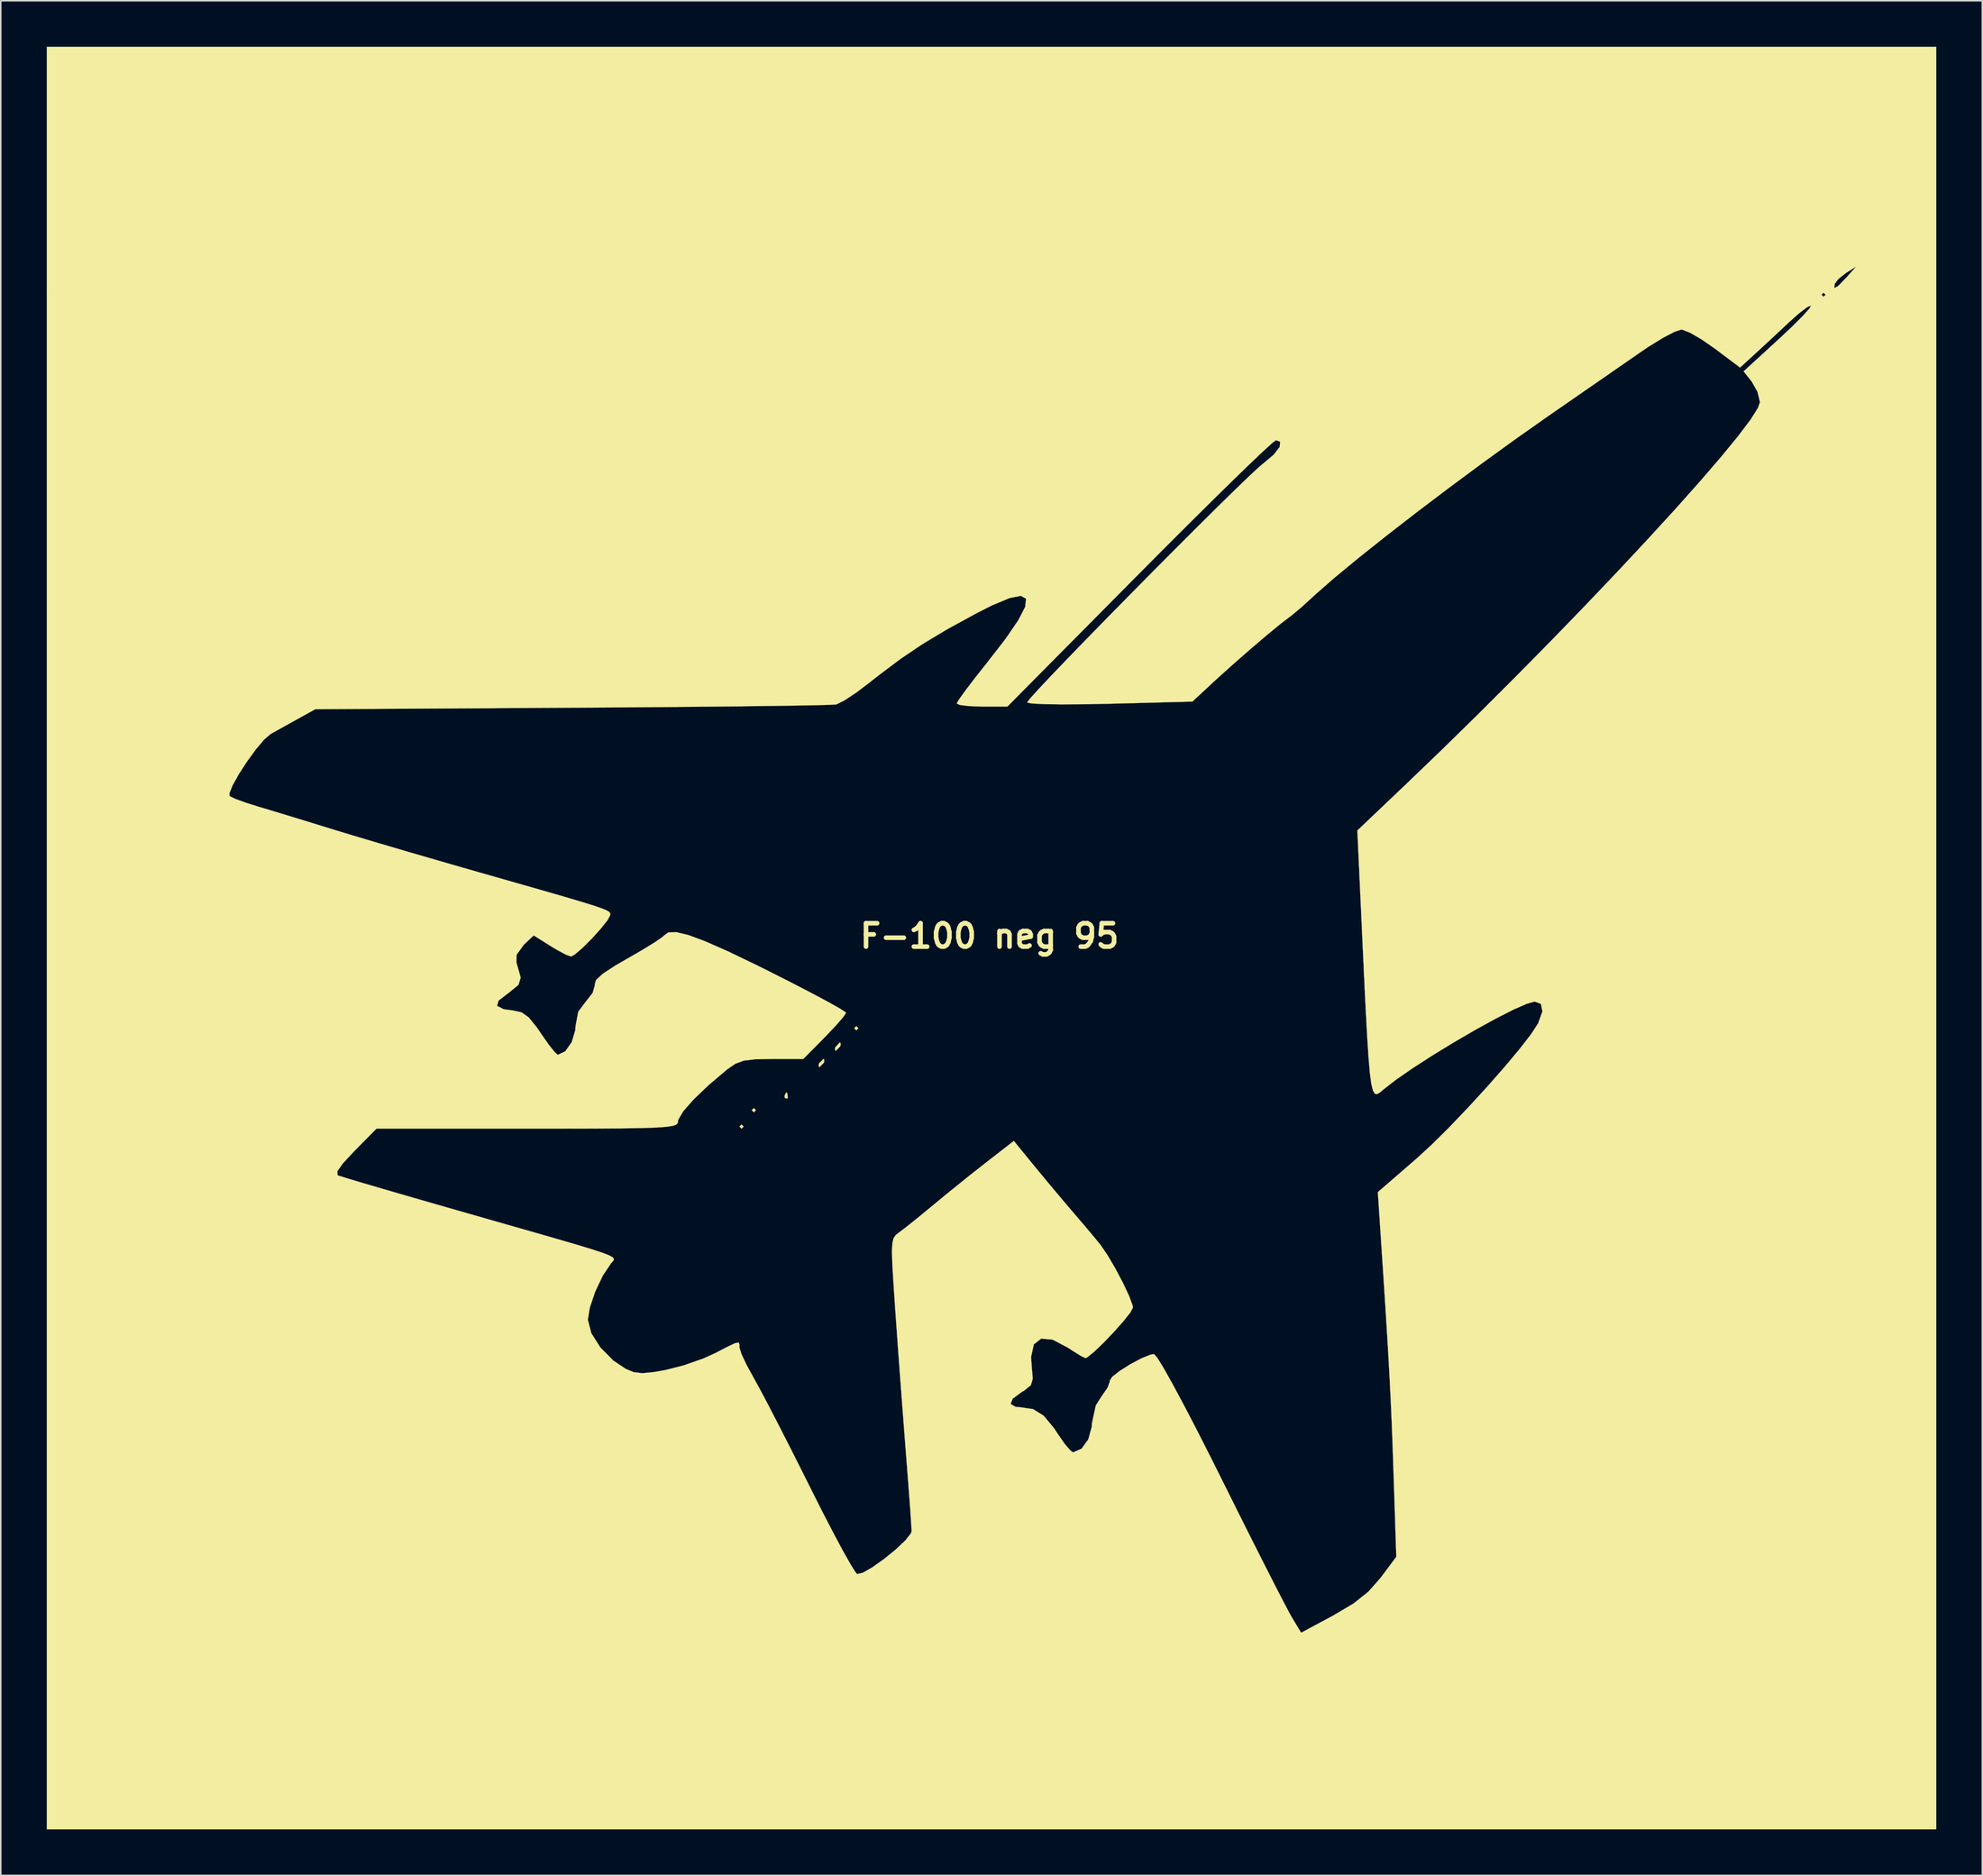
<source format=kicad_pcb>
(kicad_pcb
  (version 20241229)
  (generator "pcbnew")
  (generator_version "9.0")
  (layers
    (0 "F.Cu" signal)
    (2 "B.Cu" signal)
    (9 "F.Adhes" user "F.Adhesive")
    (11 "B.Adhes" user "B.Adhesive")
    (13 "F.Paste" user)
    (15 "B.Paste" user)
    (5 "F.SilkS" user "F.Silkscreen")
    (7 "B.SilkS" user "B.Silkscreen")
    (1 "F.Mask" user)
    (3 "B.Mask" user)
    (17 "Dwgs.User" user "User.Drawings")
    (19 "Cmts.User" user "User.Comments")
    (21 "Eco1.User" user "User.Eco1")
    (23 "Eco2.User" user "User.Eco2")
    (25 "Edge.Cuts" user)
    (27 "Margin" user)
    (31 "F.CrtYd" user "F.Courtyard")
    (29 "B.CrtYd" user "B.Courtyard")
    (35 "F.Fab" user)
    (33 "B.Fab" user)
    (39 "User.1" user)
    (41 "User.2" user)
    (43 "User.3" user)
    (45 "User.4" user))
  (footprint "F-100 neg 95"
    (layer "F.Cu")
    (at 61.5 58.024)
    (property "Reference" "F-100 neg 95" (at 0 0 0) (layer "F.SilkS") (effects (font (size 1.524 1.524) (thickness 0.3))))
    (attr through_hole)
    (fp_poly (pts (xy -16.042 12.433) (xy -16.176 12.566) (xy -16.309 12.433) (xy -16.176 12.299) (xy -16.042 12.433)) (stroke (width 0.01) (type solid)) (fill yes) (layer "F.SilkS"))
    (fp_poly (pts (xy -15.24 11.363) (xy -15.374 11.497) (xy -15.507 11.363) (xy -15.374 11.229) (xy -15.24 11.363)) (stroke (width 0.01) (type solid)) (fill yes) (layer "F.SilkS"))
    (fp_poly (pts (xy -8.556 6.016) (xy -8.689 6.149) (xy -8.823 6.016) (xy -8.689 5.882) (xy -8.556 6.016)) (stroke (width 0.01) (type solid)) (fill yes) (layer "F.SilkS"))
    (fp_poly (pts (xy -13.19 10.249) (xy -13.158 10.566) (xy -13.19 10.606) (xy -13.349 10.569) (xy -13.368 10.427) (xy -13.271 10.207) (xy -13.19 10.249)) (stroke (width 0.01) (type solid)) (fill yes) (layer "F.SilkS"))
    (fp_poly (pts (xy -10.779 8.194) (xy -10.828 8.288) (xy -11.08 8.544) (xy -11.127 8.556) (xy -11.146 8.383) (xy -11.096 8.288) (xy -10.844 8.033) (xy -10.797 8.021) (xy -10.779 8.194)) (stroke (width 0.01) (type solid)) (fill yes) (layer "F.SilkS"))
    (fp_poly (pts (xy -9.709 7.124) (xy -9.759 7.219) (xy -10.011 7.474) (xy -10.058 7.486) (xy -10.076 7.314) (xy -10.026 7.219) (xy -9.774 6.964) (xy -9.727 6.952) (xy -9.709 7.124)) (stroke (width 0.01) (type solid)) (fill yes) (layer "F.SilkS"))
    (fp_poly (pts (xy 61.762 58.286) (xy -61.495 58.286) (xy -61.495 -9.305) (xy -49.588 -9.305) (xy -49.57 -9.127) (xy -49.201 -8.948) (xy -48.484 -8.688) (xy -47.725 -8.45) (xy -46.831 -8.182) (xy -45.593 -7.806) (xy -44.174 -7.372) (xy -42.779 -6.941) (xy -41.508 -6.554) (xy -39.854 -6.062) (xy -37.95 -5.501) (xy -35.927 -4.913) (xy -33.917 -4.334) (xy -33.287 -4.154) (xy -30.967 -3.493) (xy -29.109 -2.961) (xy -27.662 -2.543) (xy -26.576 -2.22) (xy -25.798 -1.978) (xy -25.277 -1.799) (xy -24.961 -1.666) (xy -24.799 -1.563) (xy -24.74 -1.473) (xy -24.732 -1.389) (xy -24.908 -1.048) (xy -25.353 -0.486) (xy -25.942 0.166) (xy -26.551 0.774) (xy -27.054 1.206) (xy -27.301 1.337) (xy -27.657 1.204) (xy -28.281 0.867) (xy -28.641 0.648) (xy -29.733 -0.041) (xy -30.376 0.563) (xy -30.848 1.217) (xy -30.862 1.72) (xy -30.672 2.395) (xy -30.583 2.713) (xy -30.727 3.182) (xy -31.386 3.724) (xy -31.426 3.75) (xy -32.033 4.218) (xy -32.123 4.558) (xy -31.693 4.776) (xy -31.077 4.86) (xy -30.529 4.978) (xy -30.059 5.309) (xy -29.532 5.961) (xy -29.274 6.34) (xy -28.763 7.072) (xy -28.357 7.583) (xy -28.159 7.754) (xy -27.667 7.516) (xy -27.252 6.922) (xy -27.021 6.148) (xy -27.004 5.887) (xy -26.827 4.937) (xy -26.321 4.264) (xy -25.887 3.71) (xy -25.746 3.217) (xy -25.753 3.177) (xy -25.669 2.873) (xy -25.239 2.471) (xy -24.409 1.926) (xy -23.63 1.476) (xy -22.648 0.909) (xy -21.852 0.42) (xy -21.351 0.077) (xy -21.241 -0.024) (xy -20.953 -0.235) (xy -20.434 -0.253) (xy -19.642 -0.063) (xy -18.533 0.349) (xy -17.064 0.997) (xy -15.193 1.897) (xy -14.435 2.274) (xy -12.933 3.034) (xy -11.607 3.722) (xy -10.527 4.299) (xy -9.764 4.728) (xy -9.386 4.972) (xy -9.358 5.006) (xy -9.533 5.276) (xy -9.995 5.811) (xy -10.65 6.504) (xy -10.752 6.609) (xy -12.147 8.021) (xy -14.208 8.021) (xy -15.305 8.042) (xy -16.038 8.131) (xy -16.576 8.331) (xy -17.089 8.682) (xy -17.158 8.737) (xy -18.342 9.742) (xy -19.303 10.663) (xy -19.978 11.431) (xy -20.301 11.978) (xy -20.32 12.087) (xy -20.346 12.212) (xy -20.456 12.313) (xy -20.702 12.392) (xy -21.134 12.453) (xy -21.803 12.498) (xy -22.759 12.53) (xy -24.053 12.549) (xy -25.736 12.561) (xy -27.857 12.565) (xy -30.155 12.566) (xy -39.99 12.566) (xy -41.432 14.027) (xy -42.187 14.839) (xy -42.546 15.353) (xy -42.532 15.604) (xy -42.493 15.623) (xy -41.988 15.784) (xy -40.998 16.081) (xy -39.552 16.505) (xy -37.682 17.048) (xy -35.415 17.701) (xy -32.782 18.455) (xy -32.619 18.502) (xy -30.326 19.157) (xy -28.497 19.681) (xy -27.082 20.093) (xy -26.033 20.409) (xy -25.3 20.647) (xy -24.833 20.826) (xy -24.583 20.963) (xy -24.5 21.076) (xy -24.535 21.182) (xy -24.639 21.3) (xy -24.687 21.353) (xy -25.223 22.15) (xy -25.717 23.189) (xy -26.075 24.242) (xy -26.202 25.04) (xy -25.978 25.91) (xy -25.382 26.85) (xy -24.532 27.707) (xy -23.723 28.245) (xy -23.206 28.459) (xy -22.652 28.525) (xy -21.882 28.449) (xy -21.156 28.322) (xy -19.938 28.012) (xy -18.668 27.566) (xy -17.921 27.229) (xy -17.066 26.786) (xy -16.583 26.56) (xy -16.366 26.525) (xy -16.31 26.657) (xy -16.309 26.856) (xy -16.181 27.273) (xy -15.846 27.987) (xy -15.403 28.795) (xy -15.018 29.491) (xy -14.445 30.573) (xy -13.734 31.949) (xy -12.932 33.523) (xy -12.087 35.202) (xy -11.727 35.926) (xy -10.927 37.515) (xy -10.19 38.939) (xy -9.553 40.129) (xy -9.053 41.015) (xy -8.728 41.53) (xy -8.634 41.631) (xy -8.255 41.542) (xy -7.624 41.178) (xy -6.868 40.639) (xy -6.114 40.026) (xy -5.491 39.438) (xy -5.126 38.978) (xy -5.08 38.835) (xy -5.1 38.437) (xy -5.157 37.6) (xy -5.243 36.419) (xy -5.352 34.987) (xy -5.463 33.57) (xy -5.619 31.56) (xy -5.79 29.303) (xy -5.958 27.027) (xy -6.106 24.961) (xy -6.157 24.24) (xy -6.268 22.594) (xy -6.339 21.401) (xy -6.363 20.577) (xy -6.336 20.041) (xy -6.255 19.712) (xy -6.114 19.508) (xy -5.91 19.347) (xy -5.892 19.335) (xy -5.414 18.972) (xy -4.674 18.38) (xy -3.817 17.676) (xy -3.661 17.546) (xy -2.585 16.66) (xy -1.349 15.665) (xy -0.219 14.774) (xy -0.209 14.766) (xy 1.588 13.372) (xy 2.953 15.041) (xy 3.816 16.086) (xy 4.75 17.2) (xy 5.527 18.111) (xy 6.229 18.933) (xy 6.862 19.688) (xy 7.249 20.164) (xy 7.702 20.826) (xy 8.215 21.701) (xy 8.71 22.639) (xy 9.109 23.488) (xy 9.334 24.099) (xy 9.358 24.247) (xy 9.182 24.571) (xy 8.731 25.139) (xy 8.114 25.833) (xy 7.443 26.533) (xy 6.83 27.122) (xy 6.387 27.482) (xy 6.257 27.539) (xy 5.973 27.402) (xy 5.416 27.056) (xy 5.137 26.871) (xy 4.128 26.338) (xy 3.372 26.266) (xy 2.893 26.642) (xy 2.712 27.454) (xy 2.758 28.147) (xy 2.822 28.886) (xy 2.693 29.313) (xy 2.286 29.641) (xy 2.125 29.735) (xy 1.515 30.185) (xy 1.376 30.532) (xy 1.712 30.725) (xy 2.023 30.747) (xy 2.844 30.87) (xy 3.534 31.298) (xy 4.215 32.121) (xy 4.45 32.479) (xy 4.92 33.155) (xy 5.306 33.594) (xy 5.46 33.688) (xy 6.01 33.449) (xy 6.45 32.836) (xy 6.674 32.012) (xy 6.684 31.796) (xy 6.935 30.627) (xy 7.313 30.033) (xy 7.703 29.47) (xy 7.855 29.055) (xy 7.848 29.009) (xy 8.01 28.755) (xy 8.508 28.368) (xy 9.19 27.938) (xy 9.906 27.557) (xy 10.504 27.316) (xy 10.734 27.275) (xy 10.94 27.508) (xy 11.351 28.174) (xy 11.941 29.224) (xy 12.682 30.607) (xy 13.55 32.275) (xy 14.516 34.179) (xy 15.106 35.363) (xy 16.087 37.333) (xy 17.017 39.19) (xy 17.864 40.869) (xy 18.595 42.306) (xy 19.177 43.435) (xy 19.577 44.191) (xy 19.724 44.453) (xy 20.331 45.459) (xy 22.422 44.337) (xy 23.749 43.551) (xy 24.725 42.773) (xy 25.516 41.874) (xy 25.526 41.861) (xy 26.538 40.506) (xy 26.359 35.025) (xy 26.303 33.386) (xy 26.246 31.884) (xy 26.183 30.431) (xy 26.108 28.938) (xy 26.018 27.314) (xy 25.907 25.472) (xy 25.771 23.321) (xy 25.604 20.772) (xy 25.503 19.251) (xy 25.334 16.711) (xy 27.894 14.491) (xy 28.878 13.586) (xy 30.016 12.455) (xy 31.231 11.183) (xy 32.447 9.856) (xy 33.588 8.56) (xy 34.576 7.379) (xy 35.334 6.399) (xy 35.787 5.705) (xy 35.79 5.699) (xy 36.071 4.919) (xy 35.973 4.427) (xy 35.573 4.278) (xy 35.047 4.419) (xy 34.169 4.806) (xy 33.027 5.388) (xy 31.712 6.111) (xy 30.314 6.924) (xy 28.923 7.773) (xy 27.629 8.607) (xy 26.521 9.373) (xy 25.691 10.018) (xy 25.627 10.074) (xy 25.43 10.237) (xy 25.265 10.32) (xy 25.127 10.278) (xy 25.011 10.066) (xy 24.909 9.643) (xy 24.818 8.962) (xy 24.732 7.98) (xy 24.645 6.653) (xy 24.551 4.936) (xy 24.446 2.787) (xy 24.323 0.16) (xy 24.284 -0.702) (xy 23.998 -6.886) (xy 27.172 -9.905) (xy 29.538 -12.18) (xy 31.918 -14.514) (xy 34.281 -16.873) (xy 36.595 -19.223) (xy 38.831 -21.531) (xy 40.956 -23.763) (xy 42.939 -25.887) (xy 44.751 -27.868) (xy 46.358 -29.673) (xy 47.732 -31.268) (xy 48.84 -32.62) (xy 49.651 -33.695) (xy 50.135 -34.461) (xy 50.265 -34.837) (xy 50.101 -35.513) (xy 49.731 -36.167) (xy 49.197 -36.846) (xy 51.467 -38.924) (xy 52.349 -39.752) (xy 53.046 -40.449) (xy 53.486 -40.937) (xy 53.599 -41.139) (xy 53.351 -41.041) (xy 52.837 -40.653) (xy 52.198 -40.086) (xy 51.333 -39.276) (xy 50.448 -38.455) (xy 49.948 -37.994) (xy 48.963 -37.093) (xy 47.315 -38.332) (xy 46.454 -38.929) (xy 45.694 -39.368) (xy 45.181 -39.567) (xy 45.133 -39.571) (xy 44.686 -39.424) (xy 43.937 -39.032) (xy 43.015 -38.465) (xy 42.553 -38.154) (xy 41.631 -37.516) (xy 40.395 -36.66) (xy 38.968 -35.672) (xy 37.475 -34.639) (xy 36.496 -33.961) (xy 34.394 -32.481) (xy 32.203 -30.896) (xy 29.996 -29.261) (xy 27.847 -27.633) (xy 25.828 -26.068) (xy 24.014 -24.622) (xy 22.477 -23.352) (xy 21.29 -22.314) (xy 21.062 -22.102) (xy 20.371 -21.474) (xy 19.753 -20.955) (xy 19.541 -20.794) (xy 18.952 -20.342) (xy 18.083 -19.626) (xy 17.047 -18.743) (xy 15.957 -17.791) (xy 14.927 -16.866) (xy 14.572 -16.539) (xy 13.235 -15.298) (xy 7.805 -15.156) (xy 6.129 -15.123) (xy 4.685 -15.115) (xy 3.543 -15.132) (xy 2.778 -15.172) (xy 2.461 -15.234) (xy 2.458 -15.247) (xy 2.674 -15.526) (xy 3.222 -16.131) (xy 4.05 -17.011) (xy 5.11 -18.118) (xy 6.352 -19.399) (xy 7.726 -20.807) (xy 9.183 -22.289) (xy 10.673 -23.797) (xy 12.147 -25.279) (xy 13.555 -26.687) (xy 14.848 -27.969) (xy 15.976 -29.076) (xy 16.89 -29.957) (xy 17.54 -30.562) (xy 17.847 -30.822) (xy 18.548 -31.412) (xy 18.934 -31.915) (xy 18.962 -32.253) (xy 18.685 -32.352) (xy 18.442 -32.167) (xy 17.862 -31.639) (xy 16.985 -30.806) (xy 15.849 -29.704) (xy 14.493 -28.373) (xy 12.956 -26.849) (xy 11.277 -25.171) (xy 9.777 -23.662) (xy 1.167 -14.973) (xy -0.486 -14.973) (xy -1.346 -15.002) (xy -1.944 -15.079) (xy -2.138 -15.173) (xy -1.98 -15.449) (xy -1.549 -16.048) (xy -0.913 -16.88) (xy -0.186 -17.797) (xy 1.044 -19.384) (xy 1.884 -20.611) (xy 2.332 -21.485) (xy 2.386 -22.012) (xy 2.047 -22.199) (xy 1.311 -22.053) (xy 0.178 -21.581) (xy -0.849 -21.062) (xy -2.763 -20.014) (xy -4.358 -19.058) (xy -5.808 -18.08) (xy -7.288 -16.967) (xy -7.845 -16.524) (xy -8.695 -15.883) (xy -9.45 -15.384) (xy -9.965 -15.122) (xy -10.014 -15.109) (xy -10.372 -15.088) (xy -11.218 -15.065) (xy -12.503 -15.04) (xy -14.182 -15.015) (xy -16.206 -14.99) (xy -18.529 -14.966) (xy -21.103 -14.942) (xy -23.88 -14.921) (xy -26.814 -14.901) (xy -27.272 -14.899) (xy -43.982 -14.801) (xy -45.153 -14.152) (xy -45.97 -13.699) (xy -46.678 -13.305) (xy -46.898 -13.182) (xy -47.322 -12.816) (xy -47.861 -12.177) (xy -48.437 -11.387) (xy -48.969 -10.564) (xy -49.379 -9.83) (xy -49.588 -9.305) (xy -61.495 -9.305) (xy -61.495 -41.843) (xy 54.276 -41.843) (xy 54.409 -41.709) (xy 54.543 -41.843) (xy 54.409 -41.977) (xy 54.276 -41.843) (xy -61.495 -41.843) (xy -61.495 -42.271) (xy 55.106 -42.271) (xy 55.351 -42.401) (xy 55.89 -42.956) (xy 55.9 -42.967) (xy 56.548 -43.69) (xy 55.895 -43.279) (xy 55.382 -42.877) (xy 55.137 -42.556) (xy 55.106 -42.271) (xy -61.495 -42.271) (xy -61.495 -58.019) (xy 61.762 -58.019) (xy 61.762 58.286)) (stroke (width 0.01) (type solid)) (fill yes) (layer "F.SilkS")))
  (gr_rect
    (start -3 -3)
    (end 126.267 119.315)
    (stroke (width 0.1) (type default))
    (fill no)
    (layer "Edge.Cuts")))
</source>
